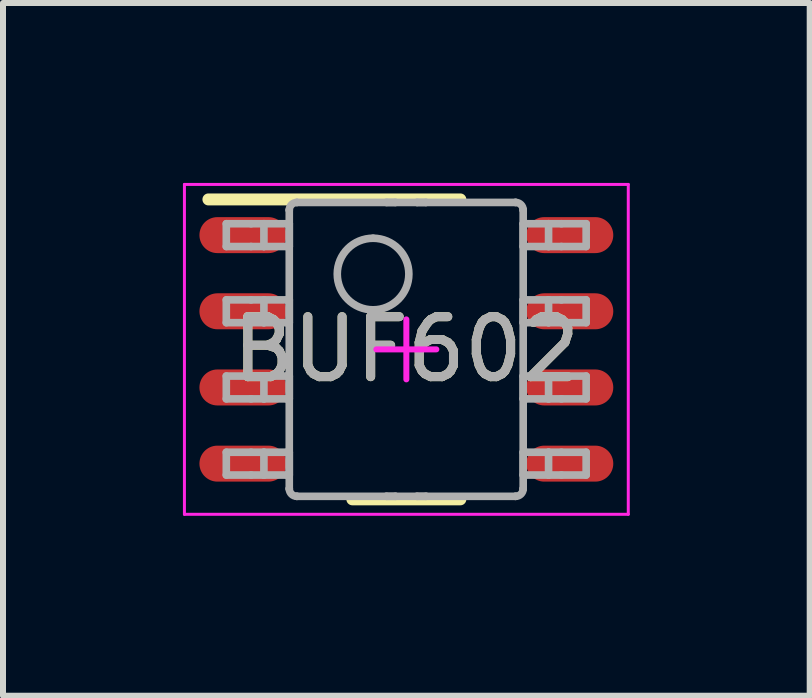
<source format=kicad_pcb>
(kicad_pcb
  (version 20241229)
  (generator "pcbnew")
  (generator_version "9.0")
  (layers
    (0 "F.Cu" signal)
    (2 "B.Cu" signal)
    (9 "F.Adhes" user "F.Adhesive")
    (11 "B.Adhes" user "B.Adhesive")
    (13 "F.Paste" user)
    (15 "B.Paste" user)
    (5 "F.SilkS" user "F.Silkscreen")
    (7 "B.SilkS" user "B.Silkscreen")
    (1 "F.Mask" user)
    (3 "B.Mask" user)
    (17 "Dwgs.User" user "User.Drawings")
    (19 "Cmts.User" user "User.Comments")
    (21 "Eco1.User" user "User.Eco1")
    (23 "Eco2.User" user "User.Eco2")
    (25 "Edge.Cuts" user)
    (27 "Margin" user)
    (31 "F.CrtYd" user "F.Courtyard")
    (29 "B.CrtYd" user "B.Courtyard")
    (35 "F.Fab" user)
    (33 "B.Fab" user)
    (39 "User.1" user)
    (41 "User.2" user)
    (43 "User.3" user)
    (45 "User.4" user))
  (footprint "BUF602"
    (layer "F.Cu")
    (at 3.725 2.775)
    (property "Reference" "BUF602" (at 0 0 0) (unlocked yes) (layer "F.SilkS") (effects (font (size 1 1) (thickness 0.15))))
    (attr smd)
    (fp_line (start -3.3 -2.5) (end 0.9 -2.5) (stroke (width 0.2) (type solid)) (layer "F.SilkS"))
    (fp_line (start -0.9 2.5) (end 0.9 2.5) (stroke (width 0.2) (type solid)) (layer "F.SilkS"))
    (fp_line (start -3.7 -2.75) (end 3.7 -2.75) (stroke (width 0.05) (type solid)) (layer "F.CrtYd"))
    (fp_line (start -3.7 2.75) (end -3.7 -2.75) (stroke (width 0.05) (type solid)) (layer "F.CrtYd"))
    (fp_line (start -3.7 2.75) (end 3.7 2.75) (stroke (width 0.05) (type solid)) (layer "F.CrtYd"))
    (fp_line (start -0.5 0) (end 0.5 0) (stroke (width 0.1) (type solid)) (layer "F.CrtYd"))
    (fp_line (start 0 0.5) (end 0 -0.5) (stroke (width 0.1) (type solid)) (layer "F.CrtYd"))
    (fp_line (start 3.7 2.75) (end 3.7 -2.75) (stroke (width 0.05) (type solid)) (layer "F.CrtYd"))
    (fp_line (start -3.002 -2.095) (end -2.589 -2.095) (stroke (width 0.127) (type solid)) (layer "F.Fab"))
    (fp_line (start -3.002 -1.715) (end -3.002 -2.095) (stroke (width 0.127) (type solid)) (layer "F.Fab"))
    (fp_line (start -3.002 -1.715) (end -2.589 -1.715) (stroke (width 0.127) (type solid)) (layer "F.Fab"))
    (fp_line (start -3.002 -0.825) (end -2.589 -0.825) (stroke (width 0.127) (type solid)) (layer "F.Fab"))
    (fp_line (start -3.002 -0.445) (end -3.002 -0.825) (stroke (width 0.127) (type solid)) (layer "F.Fab"))
    (fp_line (start -3.002 -0.445) (end -2.589 -0.445) (stroke (width 0.127) (type solid)) (layer "F.Fab"))
    (fp_line (start -3.002 0.445) (end -2.589 0.445) (stroke (width 0.127) (type solid)) (layer "F.Fab"))
    (fp_line (start -3.002 0.825) (end -3.002 0.445) (stroke (width 0.127) (type solid)) (layer "F.Fab"))
    (fp_line (start -3.002 0.825) (end -2.589 0.825) (stroke (width 0.127) (type solid)) (layer "F.Fab"))
    (fp_line (start -3.002 1.715) (end -2.589 1.715) (stroke (width 0.127) (type solid)) (layer "F.Fab"))
    (fp_line (start -3.002 2.095) (end -3.002 1.715) (stroke (width 0.127) (type solid)) (layer "F.Fab"))
    (fp_line (start -3.002 2.095) (end -2.589 2.095) (stroke (width 0.127) (type solid)) (layer "F.Fab"))
    (fp_line (start -2.589 -2.095) (end -2.375 -2.095) (stroke (width 0.127) (type solid)) (layer "F.Fab"))
    (fp_line (start -2.589 -1.715) (end -2.375 -1.715) (stroke (width 0.127) (type solid)) (layer "F.Fab"))
    (fp_line (start -2.589 -0.825) (end -2.375 -0.825) (stroke (width 0.127) (type solid)) (layer "F.Fab"))
    (fp_line (start -2.589 -0.445) (end -2.375 -0.445) (stroke (width 0.127) (type solid)) (layer "F.Fab"))
    (fp_line (start -2.589 0.445) (end -2.375 0.445) (stroke (width 0.127) (type solid)) (layer "F.Fab"))
    (fp_line (start -2.589 0.825) (end -2.375 0.825) (stroke (width 0.127) (type solid)) (layer "F.Fab"))
    (fp_line (start -2.589 1.715) (end -2.375 1.715) (stroke (width 0.127) (type solid)) (layer "F.Fab"))
    (fp_line (start -2.589 2.095) (end -2.375 2.095) (stroke (width 0.127) (type solid)) (layer "F.Fab"))
    (fp_line (start -2.375 -2.095) (end -1.995 -2.095) (stroke (width 0.127) (type solid)) (layer "F.Fab"))
    (fp_line (start -2.375 -1.715) (end -2.375 -2.095) (stroke (width 0.127) (type solid)) (layer "F.Fab"))
    (fp_line (start -2.375 -1.715) (end -1.995 -1.715) (stroke (width 0.127) (type solid)) (layer "F.Fab"))
    (fp_line (start -2.375 -0.825) (end -1.995 -0.825) (stroke (width 0.127) (type solid)) (layer "F.Fab"))
    (fp_line (start -2.375 -0.445) (end -2.375 -0.825) (stroke (width 0.127) (type solid)) (layer "F.Fab"))
    (fp_line (start -2.375 -0.445) (end -1.995 -0.445) (stroke (width 0.127) (type solid)) (layer "F.Fab"))
    (fp_line (start -2.375 0.445) (end -1.995 0.445) (stroke (width 0.127) (type solid)) (layer "F.Fab"))
    (fp_line (start -2.375 0.825) (end -2.375 0.445) (stroke (width 0.127) (type solid)) (layer "F.Fab"))
    (fp_line (start -2.375 0.825) (end -1.995 0.825) (stroke (width 0.127) (type solid)) (layer "F.Fab"))
    (fp_line (start -2.375 1.715) (end -1.995 1.715) (stroke (width 0.127) (type solid)) (layer "F.Fab"))
    (fp_line (start -2.375 2.095) (end -2.375 1.715) (stroke (width 0.127) (type solid)) (layer "F.Fab"))
    (fp_line (start -2.375 2.095) (end -1.995 2.095) (stroke (width 0.127) (type solid)) (layer "F.Fab"))
    (fp_line (start -1.995 -2.095) (end -1.952 -2.095) (stroke (width 0.127) (type solid)) (layer "F.Fab"))
    (fp_line (start -1.995 -1.715) (end -1.952 -1.715) (stroke (width 0.127) (type solid)) (layer "F.Fab"))
    (fp_line (start -1.995 -0.825) (end -1.952 -0.825) (stroke (width 0.127) (type solid)) (layer "F.Fab"))
    (fp_line (start -1.995 -0.445) (end -1.952 -0.445) (stroke (width 0.127) (type solid)) (layer "F.Fab"))
    (fp_line (start -1.995 0.445) (end -1.952 0.445) (stroke (width 0.127) (type solid)) (layer "F.Fab"))
    (fp_line (start -1.995 0.825) (end -1.952 0.825) (stroke (width 0.127) (type solid)) (layer "F.Fab"))
    (fp_line (start -1.995 1.715) (end -1.952 1.715) (stroke (width 0.127) (type solid)) (layer "F.Fab"))
    (fp_line (start -1.995 2.095) (end -1.952 2.095) (stroke (width 0.127) (type solid)) (layer "F.Fab"))
    (fp_line (start -1.952 -2.323) (end -1.952 -2.324) (stroke (width 0.127) (type solid)) (layer "F.Fab"))
    (fp_line (start -1.952 -1.715) (end -1.952 -2.095) (stroke (width 0.127) (type solid)) (layer "F.Fab"))
    (fp_line (start -1.952 -0.445) (end -1.952 -0.825) (stroke (width 0.127) (type solid)) (layer "F.Fab"))
    (fp_line (start -1.952 0.825) (end -1.952 0.445) (stroke (width 0.127) (type solid)) (layer "F.Fab"))
    (fp_line (start -1.952 2.095) (end -1.952 1.715) (stroke (width 0.127) (type solid)) (layer "F.Fab"))
    (fp_line (start -1.952 2.323) (end -1.952 -2.323) (stroke (width 0.127) (type solid)) (layer "F.Fab"))
    (fp_line (start -1.952 2.324) (end -1.952 2.323) (stroke (width 0.127) (type solid)) (layer "F.Fab"))
    (fp_line (start -1.826 -2.45) (end -1.825 -2.45) (stroke (width 0.127) (type solid)) (layer "F.Fab"))
    (fp_line (start -1.826 2.45) (end -1.825 2.45) (stroke (width 0.127) (type solid)) (layer "F.Fab"))
    (fp_line (start -1.825 -2.45) (end -0.332 -2.45) (stroke (width 0.127) (type solid)) (layer "F.Fab"))
    (fp_line (start -1.825 2.45) (end -0.332 2.45) (stroke (width 0.127) (type solid)) (layer "F.Fab"))
    (fp_line (start -0.332 -2.45) (end -0.182 -2.45) (stroke (width 0.127) (type solid)) (layer "F.Fab"))
    (fp_line (start -0.332 -2.45) (end -0.182 -2.45) (stroke (width 0.127) (type solid)) (layer "F.Fab"))
    (fp_line (start -0.332 2.45) (end -0.182 2.45) (stroke (width 0.127) (type solid)) (layer "F.Fab"))
    (fp_line (start -0.332 2.45) (end -0.182 2.45) (stroke (width 0.127) (type solid)) (layer "F.Fab"))
    (fp_line (start -0.182 -2.45) (end 0.178 -2.45) (stroke (width 0.127) (type solid)) (layer "F.Fab"))
    (fp_line (start -0.182 2.45) (end 0.178 2.45) (stroke (width 0.127) (type solid)) (layer "F.Fab"))
    (fp_line (start 0.178 -2.45) (end 0.328 -2.45) (stroke (width 0.127) (type solid)) (layer "F.Fab"))
    (fp_line (start 0.178 -2.45) (end 0.328 -2.45) (stroke (width 0.127) (type solid)) (layer "F.Fab"))
    (fp_line (start 0.178 2.45) (end 0.328 2.45) (stroke (width 0.127) (type solid)) (layer "F.Fab"))
    (fp_line (start 0.178 2.45) (end 0.328 2.45) (stroke (width 0.127) (type solid)) (layer "F.Fab"))
    (fp_line (start 0.328 -2.45) (end 1.821 -2.45) (stroke (width 0.127) (type solid)) (layer "F.Fab"))
    (fp_line (start 0.328 2.45) (end 1.821 2.45) (stroke (width 0.127) (type solid)) (layer "F.Fab"))
    (fp_line (start 1.821 -2.45) (end 1.822 -2.45) (stroke (width 0.127) (type solid)) (layer "F.Fab"))
    (fp_line (start 1.821 2.45) (end 1.822 2.45) (stroke (width 0.127) (type solid)) (layer "F.Fab"))
    (fp_line (start 1.948 -2.323) (end 1.948 -2.324) (stroke (width 0.127) (type solid)) (layer "F.Fab"))
    (fp_line (start 1.948 -2.095) (end 1.991 -2.095) (stroke (width 0.127) (type solid)) (layer "F.Fab"))
    (fp_line (start 1.948 -1.715) (end 1.948 -2.095) (stroke (width 0.127) (type solid)) (layer "F.Fab"))
    (fp_line (start 1.948 -1.715) (end 1.991 -1.715) (stroke (width 0.127) (type solid)) (layer "F.Fab"))
    (fp_line (start 1.948 -0.825) (end 1.991 -0.825) (stroke (width 0.127) (type solid)) (layer "F.Fab"))
    (fp_line (start 1.948 -0.445) (end 1.948 -0.825) (stroke (width 0.127) (type solid)) (layer "F.Fab"))
    (fp_line (start 1.948 -0.445) (end 1.991 -0.445) (stroke (width 0.127) (type solid)) (layer "F.Fab"))
    (fp_line (start 1.948 0.445) (end 1.991 0.445) (stroke (width 0.127) (type solid)) (layer "F.Fab"))
    (fp_line (start 1.948 0.825) (end 1.948 0.445) (stroke (width 0.127) (type solid)) (layer "F.Fab"))
    (fp_line (start 1.948 0.825) (end 1.991 0.825) (stroke (width 0.127) (type solid)) (layer "F.Fab"))
    (fp_line (start 1.948 1.715) (end 1.991 1.715) (stroke (width 0.127) (type solid)) (layer "F.Fab"))
    (fp_line (start 1.948 2.095) (end 1.948 1.715) (stroke (width 0.127) (type solid)) (layer "F.Fab"))
    (fp_line (start 1.948 2.095) (end 1.991 2.095) (stroke (width 0.127) (type solid)) (layer "F.Fab"))
    (fp_line (start 1.948 2.323) (end 1.948 -2.323) (stroke (width 0.127) (type solid)) (layer "F.Fab"))
    (fp_line (start 1.948 2.324) (end 1.948 2.323) (stroke (width 0.127) (type solid)) (layer "F.Fab"))
    (fp_line (start 1.991 -2.095) (end 2.371 -2.095) (stroke (width 0.127) (type solid)) (layer "F.Fab"))
    (fp_line (start 1.991 -1.715) (end 2.371 -1.715) (stroke (width 0.127) (type solid)) (layer "F.Fab"))
    (fp_line (start 1.991 -0.825) (end 2.371 -0.825) (stroke (width 0.127) (type solid)) (layer "F.Fab"))
    (fp_line (start 1.991 -0.445) (end 2.371 -0.445) (stroke (width 0.127) (type solid)) (layer "F.Fab"))
    (fp_line (start 1.991 0.445) (end 2.371 0.445) (stroke (width 0.127) (type solid)) (layer "F.Fab"))
    (fp_line (start 1.991 0.825) (end 2.371 0.825) (stroke (width 0.127) (type solid)) (layer "F.Fab"))
    (fp_line (start 1.991 1.715) (end 2.371 1.715) (stroke (width 0.127) (type solid)) (layer "F.Fab"))
    (fp_line (start 1.991 2.095) (end 2.371 2.095) (stroke (width 0.127) (type solid)) (layer "F.Fab"))
    (fp_line (start 2.371 -2.095) (end 2.585 -2.095) (stroke (width 0.127) (type solid)) (layer "F.Fab"))
    (fp_line (start 2.371 -1.715) (end 2.371 -2.095) (stroke (width 0.127) (type solid)) (layer "F.Fab"))
    (fp_line (start 2.371 -1.715) (end 2.585 -1.715) (stroke (width 0.127) (type solid)) (layer "F.Fab"))
    (fp_line (start 2.371 -0.825) (end 2.585 -0.825) (stroke (width 0.127) (type solid)) (layer "F.Fab"))
    (fp_line (start 2.371 -0.445) (end 2.371 -0.825) (stroke (width 0.127) (type solid)) (layer "F.Fab"))
    (fp_line (start 2.371 -0.445) (end 2.585 -0.445) (stroke (width 0.127) (type solid)) (layer "F.Fab"))
    (fp_line (start 2.371 0.445) (end 2.585 0.445) (stroke (width 0.127) (type solid)) (layer "F.Fab"))
    (fp_line (start 2.371 0.825) (end 2.371 0.445) (stroke (width 0.127) (type solid)) (layer "F.Fab"))
    (fp_line (start 2.371 0.825) (end 2.585 0.825) (stroke (width 0.127) (type solid)) (layer "F.Fab"))
    (fp_line (start 2.371 1.715) (end 2.585 1.715) (stroke (width 0.127) (type solid)) (layer "F.Fab"))
    (fp_line (start 2.371 2.095) (end 2.371 1.715) (stroke (width 0.127) (type solid)) (layer "F.Fab"))
    (fp_line (start 2.371 2.095) (end 2.585 2.095) (stroke (width 0.127) (type solid)) (layer "F.Fab"))
    (fp_line (start 2.585 -2.095) (end 2.998 -2.095) (stroke (width 0.127) (type solid)) (layer "F.Fab"))
    (fp_line (start 2.585 -1.715) (end 2.998 -1.715) (stroke (width 0.127) (type solid)) (layer "F.Fab"))
    (fp_line (start 2.585 -0.825) (end 2.998 -0.825) (stroke (width 0.127) (type solid)) (layer "F.Fab"))
    (fp_line (start 2.585 -0.445) (end 2.998 -0.445) (stroke (width 0.127) (type solid)) (layer "F.Fab"))
    (fp_line (start 2.585 0.445) (end 2.998 0.445) (stroke (width 0.127) (type solid)) (layer "F.Fab"))
    (fp_line (start 2.585 0.825) (end 2.998 0.825) (stroke (width 0.127) (type solid)) (layer "F.Fab"))
    (fp_line (start 2.585 1.715) (end 2.998 1.715) (stroke (width 0.127) (type solid)) (layer "F.Fab"))
    (fp_line (start 2.585 2.095) (end 2.998 2.095) (stroke (width 0.127) (type solid)) (layer "F.Fab"))
    (fp_line (start 2.998 -1.715) (end 2.998 -2.095) (stroke (width 0.127) (type solid)) (layer "F.Fab"))
    (fp_line (start 2.998 -0.445) (end 2.998 -0.825) (stroke (width 0.127) (type solid)) (layer "F.Fab"))
    (fp_line (start 2.998 0.825) (end 2.998 0.445) (stroke (width 0.127) (type solid)) (layer "F.Fab"))
    (fp_line (start 2.998 2.095) (end 2.998 1.715) (stroke (width 0.127) (type solid)) (layer "F.Fab"))
    (fp_arc (start -1.952002 -2.323941) (mid -1.914806 -2.412806) (end -1.825941 -2.450002) (stroke (width 0.127) (type solid)) (layer "F.Fab"))
    (fp_arc (start -1.825941 2.449992) (mid -1.914806 2.412795) (end -1.952002 2.323931) (stroke (width 0.127) (type solid)) (layer "F.Fab"))
    (fp_arc (start -0.555 -1.8531) (mid 0.0419 -1.2562) (end -0.555 -0.6593) (stroke (width 0.127) (type solid)) (layer "F.Fab"))
    (fp_arc (start -0.555 -0.6593) (mid -1.1519 -1.2562) (end -0.555 -1.8531) (stroke (width 0.127) (type solid)) (layer "F.Fab"))
    (fp_arc (start 1.821933 -2.450002) (mid 1.910797 -2.412806) (end 1.947994 -2.323941) (stroke (width 0.127) (type solid)) (layer "F.Fab"))
    (fp_arc (start 1.947994 2.323931) (mid 1.910797 2.412795) (end 1.821933 2.449992) (stroke (width 0.127) (type solid)) (layer "F.Fab"))
    (fp_text user "${REFERENCE}" (at 0 0 0) (unlocked yes) (layer "F.Fab") (effects (font (size 1 1) (thickness 0.15))))
    (pad "1" smd oval (at -2.725 -1.905 90) (size 0.6 1.45) (layers "F.Cu" "F.Mask" "F.Paste"))
    (pad "2" smd oval (at -2.725 -0.635 90) (size 0.6 1.45) (layers "F.Cu" "F.Mask" "F.Paste"))
    (pad "3" smd oval (at -2.725 0.635 90) (size 0.6 1.45) (layers "F.Cu" "F.Mask" "F.Paste"))
    (pad "4" smd oval (at -2.725 1.905 90) (size 0.6 1.45) (layers "F.Cu" "F.Mask" "F.Paste"))
    (pad "5" smd oval (at 2.725 1.905 90) (size 0.6 1.45) (layers "F.Cu" "F.Mask" "F.Paste"))
    (pad "6" smd oval (at 2.725 0.635 90) (size 0.6 1.45) (layers "F.Cu" "F.Mask" "F.Paste"))
    (pad "7" smd oval (at 2.725 -0.635 90) (size 0.6 1.45) (layers "F.Cu" "F.Mask" "F.Paste"))
    (pad "8" smd oval (at 2.725 -1.905 90) (size 0.6 1.45) (layers "F.Cu" "F.Mask" "F.Paste")))
  (gr_rect
    (start -3 -3)
    (end 10.45 8.55)
    (stroke (width 0.1) (type default))
    (fill no)
    (layer "Edge.Cuts")))
</source>
